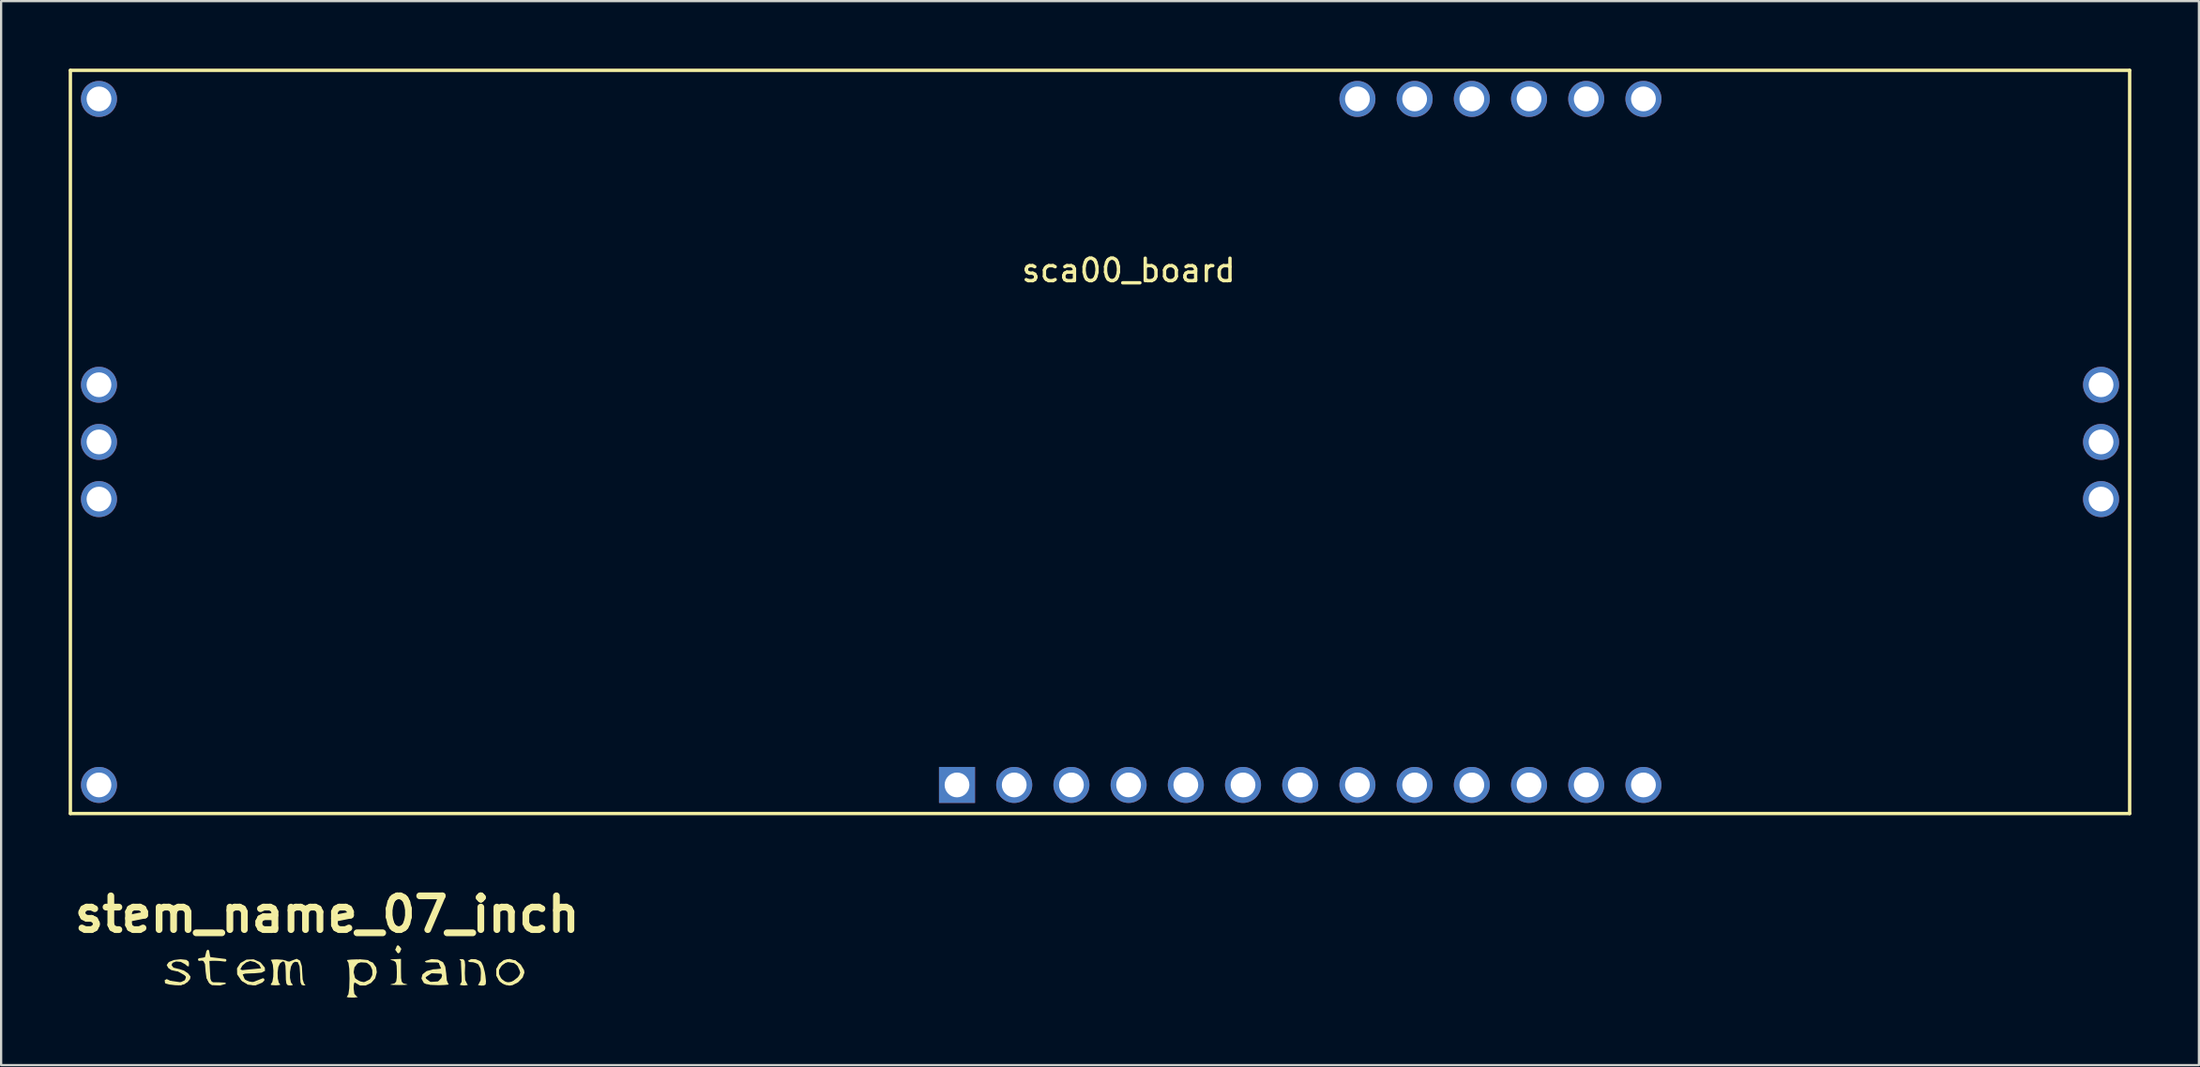
<source format=kicad_pcb>
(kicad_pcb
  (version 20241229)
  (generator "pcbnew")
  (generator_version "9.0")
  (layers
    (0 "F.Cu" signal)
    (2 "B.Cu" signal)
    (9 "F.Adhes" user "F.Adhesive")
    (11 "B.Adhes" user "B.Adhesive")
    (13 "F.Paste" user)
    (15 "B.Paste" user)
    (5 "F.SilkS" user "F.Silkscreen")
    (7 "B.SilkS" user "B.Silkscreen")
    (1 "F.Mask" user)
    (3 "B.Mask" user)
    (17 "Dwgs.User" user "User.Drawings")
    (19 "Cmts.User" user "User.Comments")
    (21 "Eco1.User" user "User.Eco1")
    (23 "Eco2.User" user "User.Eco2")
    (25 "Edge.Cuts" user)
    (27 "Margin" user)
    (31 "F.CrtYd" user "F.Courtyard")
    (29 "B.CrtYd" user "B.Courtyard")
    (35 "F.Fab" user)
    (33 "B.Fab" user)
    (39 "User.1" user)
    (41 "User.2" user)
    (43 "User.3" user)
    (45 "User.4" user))
  (footprint "stem_name_07_inch"
    (layer "F.Cu")
    (at 12.379 40.194)
    (property "Reference" "stem_name_07_inch" (at -0.9 -2.62 0) (layer "F.SilkS") (effects (font (size 1.5 1.5) (thickness 0.3))))
    (attr board_only exclude_from_pos_files exclude_from_bom)
    (fp_line (start -7.88 0.39) (end -7.4 0.46) (stroke (width 0.12) (type default)) (layer "F.SilkS"))
    (fp_line (start -7.4 0.46) (end -7.17 0.35) (stroke (width 0.12) (type default)) (layer "F.SilkS"))
    (fp_line (start -7.18 0.047) (end -7.47 -0.12) (stroke (width 0.12) (type default)) (layer "F.SilkS"))
    (fp_line (start -7.17 0.35) (end -7.1 0.15) (stroke (width 0.12) (type default)) (layer "F.SilkS"))
    (fp_line (start -7.1 0.15) (end -7.18 0.047) (stroke (width 0.12) (type default)) (layer "F.SilkS"))
    (fp_line (start -6.18 -0.67) (end -6.577 -0.611) (stroke (width 0.12) (type default)) (layer "F.SilkS"))
    (fp_line (start -6.18 -0.67) (end -5.436 -0.579) (stroke (width 0.12) (type default)) (layer "F.SilkS"))
    (fp_line (start -6.076 0.411) (end -6.19 0.2) (stroke (width 0.12) (type default)) (layer "F.SilkS"))
    (fp_line (start -6 0.46) (end -6.076 0.411) (stroke (width 0.12) (type default)) (layer "F.SilkS"))
    (fp_line (start -5.71 0.47) (end -6 0.46) (stroke (width 0.12) (type default)) (layer "F.SilkS"))
    (fp_line (start -4.78 -0.07) (end -3.864 -0.159) (stroke (width 0.12) (type default)) (layer "F.SilkS"))
    (fp_line (start -4.71 0.064) (end -4.608 0.313) (stroke (width 0.12) (type default)) (layer "F.SilkS"))
    (fp_line (start -4.608 0.313) (end -4.425 0.413) (stroke (width 0.12) (type default)) (layer "F.SilkS"))
    (fp_line (start -4.425 0.413) (end -4.188 0.454) (stroke (width 0.12) (type default)) (layer "F.SilkS"))
    (fp_line (start -4.188 0.454) (end -3.75 0.28) (stroke (width 0.12) (type default)) (layer "F.SilkS"))
    (fp_line (start 0.24 0.23) (end 0.517 0.409) (stroke (width 0.12) (type default)) (layer "F.SilkS"))
    (fp_line (start 0.517 0.409) (end 0.749 0.459) (stroke (width 0.12) (type default)) (layer "F.SilkS"))
    (fp_line (start 0.55 -0.55) (end 0.21 -0.4) (stroke (width 0.12) (type default)) (layer "F.SilkS"))
    (fp_line (start 0.749 0.459) (end 1.044 0.313) (stroke (width 0.12) (type default)) (layer "F.SilkS"))
    (fp_line (start 0.875 -0.53) (end 0.55 -0.55) (stroke (width 0.12) (type default)) (layer "F.SilkS"))
    (fp_line (start 1.044 0.313) (end 1.164 0.091) (stroke (width 0.12) (type default)) (layer "F.SilkS"))
    (fp_line (start 1.06 -0.39) (end 0.875 -0.53) (stroke (width 0.12) (type default)) (layer "F.SilkS"))
    (fp_line (start 1.163 -0.163) (end 1.06 -0.39) (stroke (width 0.12) (type default)) (layer "F.SilkS"))
    (fp_line (start 1.164 0.091) (end 1.163 -0.163) (stroke (width 0.12) (type default)) (layer "F.SilkS"))
    (fp_line (start 2.193 -1.051) (end 2.242 -1.172) (stroke (width 0.12) (type default)) (layer "F.SilkS"))
    (fp_line (start 2.242 -1.172) (end 2.32 -1.08) (stroke (width 0.12) (type default)) (layer "F.SilkS"))
    (fp_line (start 2.26 -0.96) (end 2.193 -1.051) (stroke (width 0.12) (type default)) (layer "F.SilkS"))
    (fp_line (start 2.27 -1.06) (end 2.26 -0.96) (stroke (width 0.12) (type default)) (layer "F.SilkS"))
    (fp_line (start 3.399 0.153) (end 3.714 -0.063) (stroke (width 0.12) (type default)) (layer "F.SilkS"))
    (fp_line (start 3.433 0.27) (end 3.399 0.153) (stroke (width 0.12) (type default)) (layer "F.SilkS"))
    (fp_line (start 3.664 0.444) (end 3.433 0.27) (stroke (width 0.12) (type default)) (layer "F.SilkS"))
    (fp_line (start 3.714 -0.063) (end 4.129 -0.043) (stroke (width 0.12) (type default)) (layer "F.SilkS"))
    (fp_line (start 4.189 -0.289) (end 4.123 -0.444) (stroke (width 0.12) (type default)) (layer "F.SilkS"))
    (fp_line (start 4.2 0.41) (end 3.664 0.444) (stroke (width 0.12) (type default)) (layer "F.SilkS"))
    (fp_line (start 5.1 -0.47) (end 5.14 0.41) (stroke (width 0.12) (type default)) (layer "F.SilkS"))
    (fp_line (start 5.851 -0.451) (end 5.6 -0.56) (stroke (width 0.12) (type default)) (layer "F.SilkS"))
    (fp_line (start 5.95 -0.26) (end 5.851 -0.451) (stroke (width 0.12) (type default)) (layer "F.SilkS"))
    (fp_line (start 6.67 -0.17) (end 6.8 -0.38) (stroke (width 0.12) (type default)) (layer "F.SilkS"))
    (fp_line (start 6.67 0.05) (end 6.67 -0.17) (stroke (width 0.12) (type default)) (layer "F.SilkS"))
    (fp_line (start 6.77 0.26) (end 6.67 0.05) (stroke (width 0.12) (type default)) (layer "F.SilkS"))
    (fp_line (start 6.8 -0.38) (end 6.95 -0.5) (stroke (width 0.12) (type default)) (layer "F.SilkS"))
    (fp_line (start 6.89 0.37) (end 6.77 0.26) (stroke (width 0.12) (type default)) (layer "F.SilkS"))
    (fp_line (start 6.95 -0.5) (end 7.12 -0.56) (stroke (width 0.12) (type default)) (layer "F.SilkS"))
    (fp_line (start 7.04 0.45) (end 6.89 0.37) (stroke (width 0.12) (type default)) (layer "F.SilkS"))
    (fp_line (start 7.12 -0.56) (end 7.43 -0.51) (stroke (width 0.12) (type default)) (layer "F.SilkS"))
    (fp_line (start 7.2 0.46) (end 7.04 0.45) (stroke (width 0.12) (type default)) (layer "F.SilkS"))
    (fp_line (start 7.43 -0.51) (end 7.6 -0.37) (stroke (width 0.12) (type default)) (layer "F.SilkS"))
    (fp_line (start 7.498 0.362) (end 7.2 0.46) (stroke (width 0.12) (type default)) (layer "F.SilkS"))
    (fp_line (start 7.6 -0.37) (end 7.73 -0.08) (stroke (width 0.12) (type default)) (layer "F.SilkS"))
    (fp_line (start 7.626 0.204) (end 7.33 0.44) (stroke (width 0.12) (type default)) (layer "F.SilkS"))
    (fp_line (start 7.76 -0.04) (end 7.626 0.204) (stroke (width 0.12) (type default)) (layer "F.SilkS"))
    (fp_poly (pts (xy 2.365 -1.114) (xy 2.376 -1.051) (xy 2.326 -0.929) (xy 2.284 -0.914) (xy 2.203 -0.988) (xy 2.193 -1.051) (xy 2.242 -1.172) (xy 2.284 -1.188)) (stroke (width 0) (type solid)) (fill yes) (layer "F.SilkS"))
    (fp_poly (pts (xy 5.151 -0.62) (xy 5.206 -0.546) (xy 5.224 -0.372) (xy 5.213 -0.059) (xy 5.211 -0.011) (xy 5.226 0.299) (xy 5.307 0.463) (xy 5.313 0.467) (xy 5.343 0.522) (xy 5.198 0.54) (xy 5.162 0.54) (xy 5.007 0.523) (xy 4.994 0.491) (xy 5.002 0.488) (xy 5.076 0.366) (xy 5.113 0.094) (xy 5.117 -0.046) (xy 5.095 -0.368) (xy 5.035 -0.552) (xy 5.002 -0.579) (xy 4.97 -0.619) (xy 5.048 -0.632)) (stroke (width 0) (type solid)) (fill yes) (layer "F.SilkS"))
    (fp_poly (pts (xy 5.699 -0.624) (xy 5.894 -0.542) (xy 5.945 -0.495) (xy 6.027 -0.322) (xy 6.099 -0.047) (xy 6.123 0.099) (xy 6.151 0.365) (xy 6.136 0.498) (xy 6.057 0.543) (xy 5.945 0.547) (xy 5.798 0.528) (xy 5.826 0.472) (xy 5.83 0.469) (xy 5.91 0.313) (xy 5.924 -0.009) (xy 5.922 -0.055) (xy 5.899 -0.321) (xy 5.851 -0.451) (xy 5.744 -0.491) (xy 5.597 -0.489) (xy 5.411 -0.501) (xy 5.347 -0.549) (xy 5.351 -0.558) (xy 5.489 -0.632)) (stroke (width 0) (type solid)) (fill yes) (layer "F.SilkS"))
    (fp_poly (pts (xy 2.376 -0.097) (xy 2.381 0.205) (xy 2.409 0.372) (xy 2.482 0.448) (xy 2.618 0.481) (xy 2.627 0.483) (xy 2.673 0.501) (xy 2.561 0.515) (xy 2.315 0.521) (xy 2.284 0.521) (xy 2.026 0.516) (xy 1.899 0.503) (xy 1.929 0.485) (xy 1.942 0.483) (xy 2.087 0.448) (xy 2.162 0.367) (xy 2.189 0.192) (xy 2.193 -0.045) (xy 2.184 -0.334) (xy 2.146 -0.488) (xy 2.058 -0.557) (xy 1.987 -0.575) (xy 1.893 -0.603) (xy 1.973 -0.621) (xy 2.079 -0.627) (xy 2.376 -0.64)) (stroke (width 0) (type solid)) (fill yes) (layer "F.SilkS"))
    (fp_poly (pts (xy -6.145 -1.019) (xy -6.122 -0.879) (xy -6.095 -0.724) (xy -5.982 -0.648) (xy -5.779 -0.615) (xy -5.436 -0.579) (xy -5.784 -0.564) (xy -6.131 -0.548) (xy -6.104 -0.069) (xy -6.076 0.411) (xy -5.683 0.403) (xy -5.459 0.412) (xy -5.387 0.447) (xy -5.409 0.47) (xy -5.655 0.542) (xy -5.939 0.518) (xy -6.159 0.407) (xy -6.161 0.405) (xy -6.262 0.202) (xy -6.304 -0.109) (xy -6.304 -0.137) (xy -6.325 -0.408) (xy -6.396 -0.544) (xy -6.464 -0.577) (xy -6.577 -0.611) (xy -6.512 -0.626) (xy -6.464 -0.629) (xy -6.33 -0.715) (xy -6.304 -0.817) (xy -6.262 -0.992) (xy -6.213 -1.051)) (stroke (width 0) (type solid)) (fill yes) (layer "F.SilkS"))
    (fp_poly (pts (xy 7.466 -0.565) (xy 7.699 -0.381) (xy 7.84 -0.142) (xy 7.858 -0.033) (xy 7.778 0.192) (xy 7.58 0.397) (xy 7.327 0.527) (xy 7.189 0.548) (xy 6.939 0.484) (xy 6.761 0.365) (xy 6.609 0.106) (xy 6.607 -0.071) (xy 6.686 -0.071) (xy 6.713 0.085) (xy 6.792 0.218) (xy 7.009 0.416) (xy 7.286 0.442) (xy 7.498 0.362) (xy 7.626 0.204) (xy 7.676 -0.041) (xy 7.644 -0.291) (xy 7.543 -0.452) (xy 7.31 -0.54) (xy 7.046 -0.497) (xy 6.823 -0.338) (xy 6.769 -0.262) (xy 6.686 -0.071) (xy 6.607 -0.071) (xy 6.605 -0.172) (xy 6.729 -0.421) (xy 6.959 -0.592) (xy 7.202 -0.64)) (stroke (width 0) (type solid)) (fill yes) (layer "F.SilkS"))
    (fp_poly (pts (xy -7.385 -0.623) (xy -7.151 -0.596) (xy -7.051 -0.52) (xy -7.035 -0.428) (xy -7.046 -0.305) (xy -7.111 -0.318) (xy -7.21 -0.404) (xy -7.403 -0.508) (xy -7.611 -0.527) (xy -7.767 -0.465) (xy -7.812 -0.365) (xy -7.727 -0.252) (xy -7.524 -0.201) (xy -7.265 -0.124) (xy -7.076 0.005) (xy -6.97 0.145) (xy -6.989 0.255) (xy -7.083 0.368) (xy -7.252 0.492) (xy -7.492 0.533) (xy -7.654 0.528) (xy -7.908 0.498) (xy -8.073 0.454) (xy -8.1 0.434) (xy -8.118 0.307) (xy -8.026 0.257) (xy -7.89 0.32) (xy -7.886 0.324) (xy -7.693 0.426) (xy -7.457 0.441) (xy -7.25 0.377) (xy -7.142 0.242) (xy -7.141 0.239) (xy -7.18 0.047) (xy -7.373 -0.065) (xy -7.595 -0.09) (xy -7.824 -0.144) (xy -7.957 -0.238) (xy -8.027 -0.368) (xy -7.95 -0.478) (xy -7.907 -0.511) (xy -7.703 -0.591) (xy -7.427 -0.624)) (stroke (width 0) (type solid)) (fill yes) (layer "F.SilkS"))
    (fp_poly (pts (xy -3.887 -0.5) (xy -3.837 -0.457) (xy -3.67 -0.25) (xy -3.661 -0.11) (xy -3.815 -0.03) (xy -4.14 -0.000467) (xy -4.203 0) (xy -4.54 0.014) (xy -4.71 0.064) (xy -4.728 0.161) (xy -4.608 0.313) (xy -4.425 0.413) (xy -4.188 0.454) (xy -3.976 0.43) (xy -3.883 0.365) (xy -3.75 0.28) (xy -3.718 0.277) (xy -3.695 0.323) (xy -3.786 0.414) (xy -4.088 0.538) (xy -4.416 0.506) (xy -4.708 0.325) (xy -4.71 0.324) (xy -4.898 0.048) (xy -4.904 -0.176) (xy -4.751 -0.176) (xy -4.669 -0.128) (xy -4.459 -0.097) (xy -4.294 -0.091) (xy -4.005 -0.107) (xy -3.864 -0.159) (xy -3.837 -0.225) (xy -3.916 -0.374) (xy -4.104 -0.497) (xy -4.327 -0.548) (xy -4.498 -0.485) (xy -4.666 -0.342) (xy -4.75 -0.189) (xy -4.751 -0.176) (xy -4.904 -0.176) (xy -4.905 -0.221) (xy -4.751 -0.457) (xy -4.484 -0.608) (xy -4.17 -0.622)) (stroke (width 0) (type solid)) (fill yes) (layer "F.SilkS"))
    (fp_poly (pts (xy 4.019 -0.61) (xy 4.242 -0.496) (xy 4.343 -0.294) (xy 4.385 0.017) (xy 4.386 0.045) (xy 4.411 0.315) (xy 4.477 0.467) (xy 4.5 0.481) (xy 4.479 0.502) (xy 4.312 0.519) (xy 4.056 0.529) (xy 3.741 0.517) (xy 3.496 0.478) (xy 3.394 0.433) (xy 3.283 0.233) (xy 3.304 0.153) (xy 3.399 0.153) (xy 3.433 0.27) (xy 3.464 0.31) (xy 3.664 0.444) (xy 3.919 0.412) (xy 4.026 0.362) (xy 4.169 0.211) (xy 4.203 0.088) (xy 4.129 -0.043) (xy 3.947 -0.095) (xy 3.714 -0.063) (xy 3.516 0.036) (xy 3.399 0.153) (xy 3.304 0.153) (xy 3.331 0.047) (xy 3.514 -0.099) (xy 3.807 -0.177) (xy 3.929 -0.183) (xy 4.129 -0.205) (xy 4.189 -0.289) (xy 4.183 -0.343) (xy 4.123 -0.444) (xy 3.967 -0.484) (xy 3.743 -0.483) (xy 3.503 -0.482) (xy 3.434 -0.514) (xy 3.472 -0.55) (xy 3.73 -0.631)) (stroke (width 0) (type solid)) (fill yes) (layer "F.SilkS"))
    (fp_poly (pts (xy 0.853 -0.589) (xy 1.131 -0.472) (xy 1.274 -0.26) (xy 1.302 -0.046) (xy 1.23 0.223) (xy 1.049 0.428) (xy 0.807 0.542) (xy 0.556 0.541) (xy 0.384 0.439) (xy 0.311 0.404) (xy 0.279 0.511) (xy 0.274 0.66) (xy 0.305 0.912) (xy 0.41 1.026) (xy 0.434 1.033) (xy 0.456 1.059) (xy 0.325 1.076) (xy 0.228 1.079) (xy 0.03 1.071) (xy -0.04 1.048) (xy -0.023 1.036) (xy 0.042 0.929) (xy 0.079 0.663) (xy 0.091 0.228) (xy 0.084 -0.047) (xy 0.274 -0.047) (xy 0.343 0.233) (xy 0.517 0.409) (xy 0.749 0.459) (xy 0.991 0.36) (xy 1.044 0.313) (xy 1.164 0.091) (xy 1.163 -0.163) (xy 1.06 -0.39) (xy 0.875 -0.53) (xy 0.764 -0.548) (xy 0.478 -0.475) (xy 0.311 -0.268) (xy 0.274 -0.047) (xy 0.084 -0.047) (xy 0.08 -0.202) (xy 0.044 -0.464) (xy -0.019 -0.571) (xy -0.023 -0.572) (xy -0.002 -0.593) (xy 0.166 -0.611) (xy 0.425 -0.62)) (stroke (width 0) (type solid)) (fill yes) (layer "F.SilkS"))
    (fp_poly (pts (xy -2.104 -0.561) (xy -2.025 -0.311) (xy -2.01 -0.056) (xy -1.989 0.272) (xy -1.929 0.459) (xy -1.896 0.488) (xy -1.864 0.528) (xy -1.942 0.541) (xy -2.035 0.516) (xy -2.084 0.403) (xy -2.101 0.162) (xy -2.101 0.051) (xy -2.127 -0.309) (xy -2.204 -0.496) (xy -2.335 -0.512) (xy -2.425 -0.454) (xy -2.509 -0.3) (xy -2.552 -0.059) (xy -2.553 0.2) (xy -2.509 0.407) (xy -2.444 0.488) (xy -2.428 0.525) (xy -2.535 0.541) (xy -2.65 0.53) (xy -2.711 0.461) (xy -2.736 0.289) (xy -2.741 0) (xy -2.753 -0.336) (xy -2.796 -0.507) (xy -2.879 -0.53) (xy -2.997 -0.439) (xy -3.07 -0.28) (xy -3.102 -0.037) (xy -3.095 0.22) (xy -3.049 0.419) (xy -2.992 0.488) (xy -2.994 0.517) (xy -3.141 0.533) (xy -3.198 0.534) (xy -3.376 0.523) (xy -3.419 0.496) (xy -3.403 0.488) (xy -3.334 0.375) (xy -3.295 0.148) (xy -3.289 -0.125) (xy -3.313 -0.378) (xy -3.37 -0.547) (xy -3.403 -0.576) (xy -3.395 -0.602) (xy -3.241 -0.617) (xy -3.128 -0.619) (xy -2.877 -0.601) (xy -2.714 -0.559) (xy -2.69 -0.539) (xy -2.586 -0.518) (xy -2.475 -0.564) (xy -2.253 -0.645)) (stroke (width 0) (type solid)) (fill yes) (layer "F.SilkS")))
  (footprint "sca00_board"
    (layer "F.Cu")
    (at 47.065 19.125)
    (property "Reference" "sca00_board" (at 0 -10.16 0) (layer "F.SilkS") (effects (font (size 1 1) (thickness 0.15))))
    (attr through_hole)
    (fp_line (start -46.99 -19.05) (end 44.45 -19.05) (stroke (width 0.15) (type solid)) (layer "F.SilkS"))
    (fp_line (start -46.99 13.97) (end -46.99 -19.05) (stroke (width 0.15) (type solid)) (layer "F.SilkS"))
    (fp_line (start 44.45 -19.05) (end 44.45 13.97) (stroke (width 0.15) (type solid)) (layer "F.SilkS"))
    (fp_line (start 44.45 13.97) (end -46.99 13.97) (stroke (width 0.15) (type solid)) (layer "F.SilkS"))
    (pad "1" thru_hole rect (at -7.62 12.7) (size 1.6 1.6) (drill 1.1) (layers "*.Cu" "*.Mask"))
    (pad "2" thru_hole circle (at -5.08 12.7) (size 1.6 1.6) (drill 1.1) (layers "*.Cu" "*.Mask"))
    (pad "3" thru_hole circle (at -2.54 12.7) (size 1.6 1.6) (drill 1.1) (layers "*.Cu" "*.Mask"))
    (pad "4" thru_hole circle (at 0 12.7) (size 1.6 1.6) (drill 1.1) (layers "*.Cu" "*.Mask"))
    (pad "5" thru_hole circle (at 2.54 12.7) (size 1.6 1.6) (drill 1.1) (layers "*.Cu" "*.Mask"))
    (pad "6" thru_hole circle (at 5.08 12.7) (size 1.6 1.6) (drill 1.1) (layers "*.Cu" "*.Mask"))
    (pad "7" thru_hole circle (at 7.62 12.7) (size 1.6 1.6) (drill 1.1) (layers "*.Cu" "*.Mask"))
    (pad "8" thru_hole circle (at 10.16 12.7) (size 1.6 1.6) (drill 1.1) (layers "*.Cu" "*.Mask"))
    (pad "9" thru_hole circle (at 12.7 12.7) (size 1.6 1.6) (drill 1.1) (layers "*.Cu" "*.Mask"))
    (pad "10" thru_hole circle (at 15.24 12.7) (size 1.6 1.6) (drill 1.1) (layers "*.Cu" "*.Mask"))
    (pad "11" thru_hole circle (at 17.78 12.7) (size 1.6 1.6) (drill 1.1) (layers "*.Cu" "*.Mask"))
    (pad "12" thru_hole circle (at 20.32 12.7) (size 1.6 1.6) (drill 1.1) (layers "*.Cu" "*.Mask"))
    (pad "13" thru_hole circle (at 22.86 12.7) (size 1.6 1.6) (drill 1.1) (layers "*.Cu" "*.Mask"))
    (pad "14" thru_hole circle (at 43.18 0) (size 1.6 1.6) (drill 1.1) (layers "*.Cu" "*.Mask"))
    (pad "15" thru_hole circle (at 43.18 -2.54) (size 1.6 1.6) (drill 1.1) (layers "*.Cu" "*.Mask"))
    (pad "16" thru_hole circle (at 43.18 -5.08) (size 1.6 1.6) (drill 1.1) (layers "*.Cu" "*.Mask"))
    (pad "17" thru_hole circle (at 22.86 -17.78) (size 1.6 1.6) (drill 1.1) (layers "*.Cu" "*.Mask"))
    (pad "18" thru_hole circle (at 20.32 -17.78) (size 1.6 1.6) (drill 1.1) (layers "*.Cu" "*.Mask"))
    (pad "19" thru_hole circle (at 17.78 -17.78) (size 1.6 1.6) (drill 1.1) (layers "*.Cu" "*.Mask"))
    (pad "20" thru_hole circle (at 15.24 -17.78) (size 1.6 1.6) (drill 1.1) (layers "*.Cu" "*.Mask"))
    (pad "21" thru_hole circle (at 12.7 -17.78) (size 1.6 1.6) (drill 1.1) (layers "*.Cu" "*.Mask"))
    (pad "22" thru_hole circle (at 10.16 -17.78) (size 1.6 1.6) (drill 1.1) (layers "*.Cu" "*.Mask"))
    (pad "23" thru_hole circle (at -45.72 -17.78) (size 1.6 1.6) (drill 1.1) (layers "*.Cu" "*.Mask"))
    (pad "24" thru_hole circle (at -45.72 -5.08) (size 1.6 1.6) (drill 1.1) (layers "*.Cu" "*.Mask"))
    (pad "25" thru_hole circle (at -45.72 -2.54) (size 1.6 1.6) (drill 1.1) (layers "*.Cu" "*.Mask"))
    (pad "26" thru_hole circle (at -45.72 0) (size 1.6 1.6) (drill 1.1) (layers "*.Cu" "*.Mask"))
    (pad "27" thru_hole circle (at -45.72 12.7) (size 1.6 1.6) (drill 1.1) (layers "*.Cu" "*.Mask")))
  (gr_rect
    (start -3 -3)
    (end 94.59 44.273)
    (stroke (width 0.1) (type default))
    (fill no)
    (layer "Edge.Cuts")))
</source>
